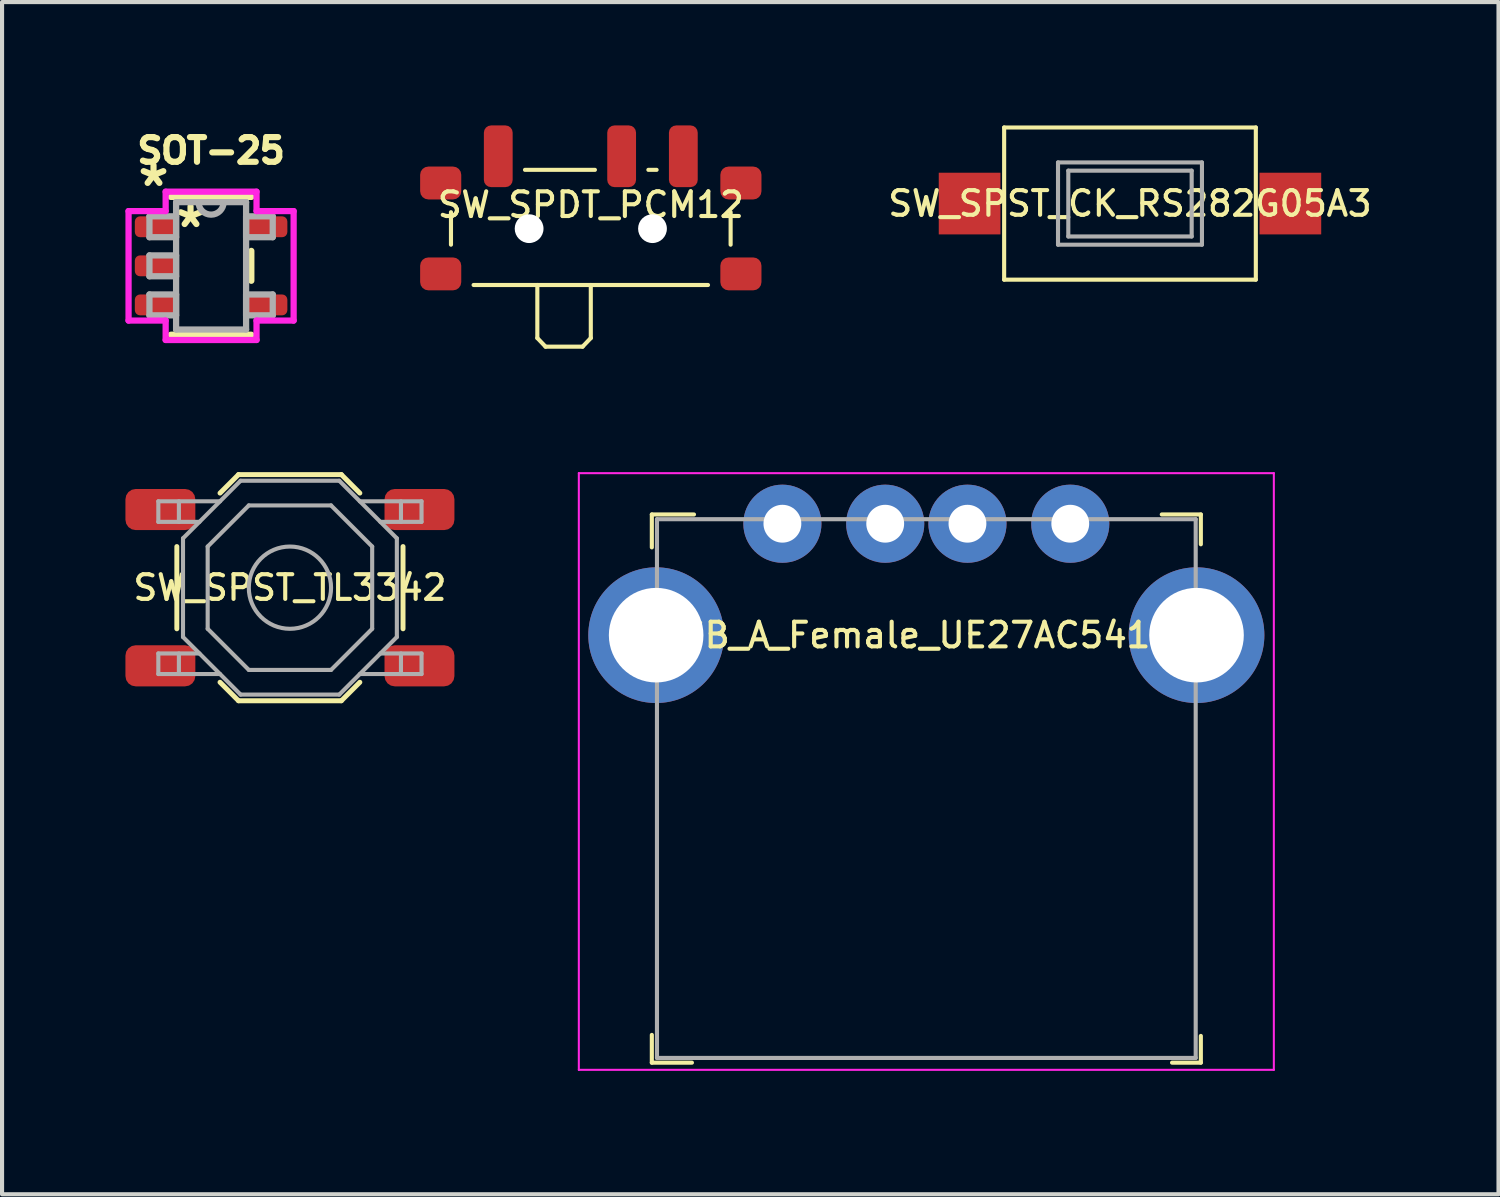
<source format=kicad_pcb>
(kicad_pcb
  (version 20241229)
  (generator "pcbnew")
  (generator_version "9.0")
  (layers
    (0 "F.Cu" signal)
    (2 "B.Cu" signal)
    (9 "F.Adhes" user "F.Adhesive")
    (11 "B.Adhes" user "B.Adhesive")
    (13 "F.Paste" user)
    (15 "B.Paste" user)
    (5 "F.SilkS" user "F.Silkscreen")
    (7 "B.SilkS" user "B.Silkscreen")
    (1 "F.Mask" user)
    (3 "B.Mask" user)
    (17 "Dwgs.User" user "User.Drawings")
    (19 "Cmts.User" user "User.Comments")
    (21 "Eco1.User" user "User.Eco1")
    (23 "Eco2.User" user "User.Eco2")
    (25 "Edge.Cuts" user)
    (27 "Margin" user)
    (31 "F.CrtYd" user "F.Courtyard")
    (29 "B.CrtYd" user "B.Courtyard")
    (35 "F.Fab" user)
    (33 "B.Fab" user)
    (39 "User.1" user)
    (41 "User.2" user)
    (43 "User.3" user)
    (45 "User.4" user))
  (footprint "SW_SPST_TL3342"
    (layer "F.Cu")
    (at 4 11.24)
    (property "Reference" "SW_SPST_TL3342" (at 0 0 0) (layer "F.SilkS") (effects (font (size 0.6 0.6) (thickness 0.1))))
    (attr smd)
    (fp_line (start -2.75 -1) (end -2.75 1) (stroke (width 0.12) (type solid)) (layer "F.SilkS"))
    (fp_line (start -1.7 -2.3) (end -1.25 -2.75) (stroke (width 0.12) (type solid)) (layer "F.SilkS"))
    (fp_line (start -1.7 2.3) (end -1.25 2.75) (stroke (width 0.12) (type solid)) (layer "F.SilkS"))
    (fp_line (start -1.25 -2.75) (end 1.25 -2.75) (stroke (width 0.12) (type solid)) (layer "F.SilkS"))
    (fp_line (start -1.25 2.75) (end 1.25 2.75) (stroke (width 0.12) (type solid)) (layer "F.SilkS"))
    (fp_line (start 1.7 -2.3) (end 1.25 -2.75) (stroke (width 0.12) (type solid)) (layer "F.SilkS"))
    (fp_line (start 1.7 2.3) (end 1.25 2.75) (stroke (width 0.12) (type solid)) (layer "F.SilkS"))
    (fp_line (start 2.75 -1) (end 2.75 1) (stroke (width 0.12) (type solid)) (layer "F.SilkS"))
    (fp_line (start -3.2 -2.1) (end -3.2 -1.6) (stroke (width 0.1) (type solid)) (layer "F.Fab"))
    (fp_line (start -3.2 -1.6) (end -2.2 -1.6) (stroke (width 0.1) (type solid)) (layer "F.Fab"))
    (fp_line (start -3.2 1.6) (end -2.2 1.6) (stroke (width 0.1) (type solid)) (layer "F.Fab"))
    (fp_line (start -3.2 2.1) (end -3.2 1.6) (stroke (width 0.1) (type solid)) (layer "F.Fab"))
    (fp_line (start -2.7 -2.1) (end -2.7 -1.6) (stroke (width 0.1) (type solid)) (layer "F.Fab"))
    (fp_line (start -2.7 2.1) (end -2.7 1.6) (stroke (width 0.1) (type solid)) (layer "F.Fab"))
    (fp_line (start -2.6 -1.2) (end -2.6 1.2) (stroke (width 0.1) (type solid)) (layer "F.Fab"))
    (fp_line (start -2.6 1.2) (end -1.2 2.6) (stroke (width 0.1) (type solid)) (layer "F.Fab"))
    (fp_line (start -2 -1) (end -1 -2) (stroke (width 0.1) (type solid)) (layer "F.Fab"))
    (fp_line (start -2 1) (end -2 -1) (stroke (width 0.1) (type solid)) (layer "F.Fab"))
    (fp_line (start -1.7 -2.1) (end -3.2 -2.1) (stroke (width 0.1) (type solid)) (layer "F.Fab"))
    (fp_line (start -1.7 2.1) (end -3.2 2.1) (stroke (width 0.1) (type solid)) (layer "F.Fab"))
    (fp_line (start -1.2 -2.6) (end -2.6 -1.2) (stroke (width 0.1) (type solid)) (layer "F.Fab"))
    (fp_line (start -1.2 2.6) (end 1.2 2.6) (stroke (width 0.1) (type solid)) (layer "F.Fab"))
    (fp_line (start -1 -2) (end 1 -2) (stroke (width 0.1) (type solid)) (layer "F.Fab"))
    (fp_line (start -1 2) (end -2 1) (stroke (width 0.1) (type solid)) (layer "F.Fab"))
    (fp_line (start 1 -2) (end 2 -1) (stroke (width 0.1) (type solid)) (layer "F.Fab"))
    (fp_line (start 1 2) (end -1 2) (stroke (width 0.1) (type solid)) (layer "F.Fab"))
    (fp_line (start 1.2 -2.6) (end -1.2 -2.6) (stroke (width 0.1) (type solid)) (layer "F.Fab"))
    (fp_line (start 1.2 2.6) (end 2.6 1.2) (stroke (width 0.1) (type solid)) (layer "F.Fab"))
    (fp_line (start 1.7 -2.1) (end 3.2 -2.1) (stroke (width 0.1) (type solid)) (layer "F.Fab"))
    (fp_line (start 1.7 2.1) (end 3.2 2.1) (stroke (width 0.1) (type solid)) (layer "F.Fab"))
    (fp_line (start 2 -1) (end 2 1) (stroke (width 0.1) (type solid)) (layer "F.Fab"))
    (fp_line (start 2 1) (end 1 2) (stroke (width 0.1) (type solid)) (layer "F.Fab"))
    (fp_line (start 2.6 -1.2) (end 1.2 -2.6) (stroke (width 0.1) (type solid)) (layer "F.Fab"))
    (fp_line (start 2.6 1.2) (end 2.6 -1.2) (stroke (width 0.1) (type solid)) (layer "F.Fab"))
    (fp_line (start 2.7 -2.1) (end 2.7 -1.6) (stroke (width 0.1) (type solid)) (layer "F.Fab"))
    (fp_line (start 2.7 2.1) (end 2.7 1.6) (stroke (width 0.1) (type solid)) (layer "F.Fab"))
    (fp_line (start 3.2 -2.1) (end 3.2 -1.6) (stroke (width 0.1) (type solid)) (layer "F.Fab"))
    (fp_line (start 3.2 -1.6) (end 2.2 -1.6) (stroke (width 0.1) (type solid)) (layer "F.Fab"))
    (fp_line (start 3.2 1.6) (end 2.2 1.6) (stroke (width 0.1) (type solid)) (layer "F.Fab"))
    (fp_line (start 3.2 2.1) (end 3.2 1.6) (stroke (width 0.1) (type solid)) (layer "F.Fab"))
    (fp_circle (center 0 0) (end 1 0) (stroke (width 0.1) (type solid)) (fill no) (layer "F.Fab"))
    (pad "1" smd roundrect (at -3.15 -1.9) (size 1.7 1) (layers "F.Cu" "F.Mask" "F.Paste") (roundrect_rratio 0.25))
    (pad "1" smd roundrect (at 3.15 -1.9) (size 1.7 1) (layers "F.Cu" "F.Mask" "F.Paste") (roundrect_rratio 0.25))
    (pad "2" smd roundrect (at -3.15 1.9) (size 1.7 1) (layers "F.Cu" "F.Mask" "F.Paste") (roundrect_rratio 0.25))
    (pad "2" smd roundrect (at 3.15 1.9) (size 1.7 1) (layers "F.Cu" "F.Mask" "F.Paste") (roundrect_rratio 0.25)))
  (footprint "SW_SPST_CK_RS282G05A3"
    (layer "F.Cu")
    (at 24.427 1.9)
    (property "Reference" "SW_SPST_CK_RS282G05A3" (at 0 0 0) (layer "F.SilkS") (effects (font (size 0.6 0.6) (thickness 0.1))))
    (attr smd)
    (fp_line (start -3.06 -1.85) (end 3.06 -1.85) (stroke (width 0.1) (type solid)) (layer "F.SilkS"))
    (fp_line (start -3.06 1.85) (end -3.06 -1.85) (stroke (width 0.1) (type solid)) (layer "F.SilkS"))
    (fp_line (start 3.06 -1.85) (end 3.06 1.85) (stroke (width 0.1) (type solid)) (layer "F.SilkS"))
    (fp_line (start 3.06 1.85) (end -3.06 1.85) (stroke (width 0.1) (type solid)) (layer "F.SilkS"))
    (fp_line (start -1.75 -1) (end 1.75 -1) (stroke (width 0.1) (type solid)) (layer "F.Fab"))
    (fp_line (start -1.75 1) (end -1.75 -1) (stroke (width 0.1) (type solid)) (layer "F.Fab"))
    (fp_line (start -1.5 -0.8) (end -1.5 0.8) (stroke (width 0.1) (type solid)) (layer "F.Fab"))
    (fp_line (start -1.5 -0.8) (end 1.5 -0.8) (stroke (width 0.1) (type solid)) (layer "F.Fab"))
    (fp_line (start -1.5 0.8) (end 1.5 0.8) (stroke (width 0.1) (type solid)) (layer "F.Fab"))
    (fp_line (start 1.5 -0.8) (end 1.5 0.8) (stroke (width 0.1) (type solid)) (layer "F.Fab"))
    (fp_line (start 1.75 -1) (end 1.75 1) (stroke (width 0.1) (type solid)) (layer "F.Fab"))
    (fp_line (start 1.75 1) (end -1.75 1) (stroke (width 0.1) (type solid)) (layer "F.Fab"))
    (pad "1" smd rect (at -3.9 0) (size 1.5 1.5) (layers "F.Cu" "F.Mask" "F.Paste"))
    (pad "2" smd rect (at 3.9 0) (size 1.5 1.5) (layers "F.Cu" "F.Mask" "F.Paste")))
  (footprint "SW_SPDT_PCM12"
    (layer "F.Cu")
    (at 11.316 2.18)
    (property "Reference" "SW_SPDT_PCM12" (at 0 -0.25 0) (layer "F.SilkS") (effects (font (size 0.6 0.6) (thickness 0.1))))
    (attr smd)
    (fp_line (start -3.4 -0.07) (end -3.4 0.72) (stroke (width 0.1) (type solid)) (layer "F.SilkS"))
    (fp_line (start -2.85 1.7) (end 2.85 1.7) (stroke (width 0.1) (type solid)) (layer "F.SilkS"))
    (fp_line (start -1.6 -1.1) (end 0.1 -1.1) (stroke (width 0.1) (type solid)) (layer "F.SilkS"))
    (fp_line (start -1.3 1.7) (end -1.3 2.99) (stroke (width 0.1) (type solid)) (layer "F.SilkS"))
    (fp_line (start -1.3 2.99) (end -1.1 3.2) (stroke (width 0.1) (type solid)) (layer "F.SilkS"))
    (fp_line (start -1.1 3.2) (end -0.2 3.2) (stroke (width 0.1) (type solid)) (layer "F.SilkS"))
    (fp_line (start 0 2.99) (end -0.2 3.2) (stroke (width 0.1) (type solid)) (layer "F.SilkS"))
    (fp_line (start 0 2.99) (end 0 1.7) (stroke (width 0.1) (type solid)) (layer "F.SilkS"))
    (fp_line (start 1.4 -1.1) (end 1.6 -1.1) (stroke (width 0.1) (type solid)) (layer "F.SilkS"))
    (fp_line (start 3.4 0.72) (end 3.4 -0.07) (stroke (width 0.1) (type solid)) (layer "F.SilkS"))
    (pad "" smd roundrect (at -3.65 -0.78) (size 1 0.8) (layers "F.Cu" "F.Mask" "F.Paste") (roundrect_rratio 0.25))
    (pad "" smd roundrect (at -3.65 1.43) (size 1 0.8) (layers "F.Cu" "F.Mask" "F.Paste") (roundrect_rratio 0.25))
    (pad "" np_thru_hole circle (at -1.5 0.33) (size 0.7 0.7) (drill 0.7) (layers "*.Cu" "*.Mask"))
    (pad "" np_thru_hole circle (at 1.5 0.33) (size 0.7 0.7) (drill 0.7) (layers "*.Cu" "*.Mask"))
    (pad "" smd roundrect (at 3.65 -0.78) (size 1 0.8) (layers "F.Cu" "F.Mask" "F.Paste") (roundrect_rratio 0.25))
    (pad "" smd roundrect (at 3.65 1.43) (size 1 0.8) (layers "F.Cu" "F.Mask" "F.Paste") (roundrect_rratio 0.25))
    (pad "1" smd roundrect (at -2.25 -1.43) (size 0.7 1.5) (layers "F.Cu" "F.Mask" "F.Paste") (roundrect_rratio 0.25))
    (pad "2" smd roundrect (at 0.75 -1.43) (size 0.7 1.5) (layers "F.Cu" "F.Mask" "F.Paste") (roundrect_rratio 0.25))
    (pad "3" smd roundrect (at 2.25 -1.43) (size 0.7 1.5) (layers "F.Cu" "F.Mask" "F.Paste") (roundrect_rratio 0.25)))
  (footprint "SOT-25"
    (layer "F.Cu")
    (at 2.083 3.414)
    (property "Reference" "SOT-25" (at 0 -2.8 0) (layer "F.SilkS") (effects (font (size 0.6 0.6) (thickness 0.15))))
    (attr smd)
    (fp_line (start -0.978 1.676) (end 0.978 1.676) (stroke (width 0.152) (type solid)) (layer "F.SilkS"))
    (fp_line (start 0.978 -1.676) (end -0.978 -1.676) (stroke (width 0.152) (type solid)) (layer "F.SilkS"))
    (fp_line (start 0.978 0.363) (end 0.978 -0.363) (stroke (width 0.152) (type solid)) (layer "F.SilkS"))
    (fp_line (start -2.007 -1.331) (end -1.105 -1.331) (stroke (width 0.152) (type solid)) (layer "F.CrtYd"))
    (fp_line (start -2.007 1.331) (end -2.007 -1.331) (stroke (width 0.152) (type solid)) (layer "F.CrtYd"))
    (fp_line (start -1.105 -1.803) (end 1.105 -1.803) (stroke (width 0.152) (type solid)) (layer "F.CrtYd"))
    (fp_line (start -1.105 -1.331) (end -1.105 -1.803) (stroke (width 0.152) (type solid)) (layer "F.CrtYd"))
    (fp_line (start -1.105 1.331) (end -2.007 1.331) (stroke (width 0.152) (type solid)) (layer "F.CrtYd"))
    (fp_line (start -1.105 1.803) (end -1.105 1.331) (stroke (width 0.152) (type solid)) (layer "F.CrtYd"))
    (fp_line (start 1.105 -1.803) (end 1.105 -1.331) (stroke (width 0.152) (type solid)) (layer "F.CrtYd"))
    (fp_line (start 1.105 -1.331) (end 2.007 -1.331) (stroke (width 0.152) (type solid)) (layer "F.CrtYd"))
    (fp_line (start 1.105 1.331) (end 1.105 1.803) (stroke (width 0.152) (type solid)) (layer "F.CrtYd"))
    (fp_line (start 1.105 1.803) (end -1.105 1.803) (stroke (width 0.152) (type solid)) (layer "F.CrtYd"))
    (fp_line (start 2.007 -1.331) (end 2.007 1.331) (stroke (width 0.152) (type solid)) (layer "F.CrtYd"))
    (fp_line (start 2.007 1.331) (end 1.105 1.331) (stroke (width 0.152) (type solid)) (layer "F.CrtYd"))
    (fp_line (start -1.499 -1.204) (end -1.499 -0.696) (stroke (width 0.152) (type solid)) (layer "F.Fab"))
    (fp_line (start -1.499 -0.696) (end -0.851 -0.696) (stroke (width 0.152) (type solid)) (layer "F.Fab"))
    (fp_line (start -1.499 -0.254) (end -1.499 0.254) (stroke (width 0.152) (type solid)) (layer "F.Fab"))
    (fp_line (start -1.499 0.254) (end -0.851 0.254) (stroke (width 0.152) (type solid)) (layer "F.Fab"))
    (fp_line (start -1.499 0.696) (end -1.499 1.204) (stroke (width 0.152) (type solid)) (layer "F.Fab"))
    (fp_line (start -1.499 1.204) (end -0.851 1.204) (stroke (width 0.152) (type solid)) (layer "F.Fab"))
    (fp_line (start -0.851 -1.549) (end -0.851 1.549) (stroke (width 0.152) (type solid)) (layer "F.Fab"))
    (fp_line (start -0.851 -1.204) (end -1.499 -1.204) (stroke (width 0.152) (type solid)) (layer "F.Fab"))
    (fp_line (start -0.851 -0.696) (end -0.851 -1.204) (stroke (width 0.152) (type solid)) (layer "F.Fab"))
    (fp_line (start -0.851 -0.254) (end -1.499 -0.254) (stroke (width 0.152) (type solid)) (layer "F.Fab"))
    (fp_line (start -0.851 0.254) (end -0.851 -0.254) (stroke (width 0.152) (type solid)) (layer "F.Fab"))
    (fp_line (start -0.851 0.696) (end -1.499 0.696) (stroke (width 0.152) (type solid)) (layer "F.Fab"))
    (fp_line (start -0.851 1.204) (end -0.851 0.696) (stroke (width 0.152) (type solid)) (layer "F.Fab"))
    (fp_line (start -0.851 1.549) (end 0.851 1.549) (stroke (width 0.152) (type solid)) (layer "F.Fab"))
    (fp_line (start 0.851 -1.549) (end -0.851 -1.549) (stroke (width 0.152) (type solid)) (layer "F.Fab"))
    (fp_line (start 0.851 -1.204) (end 0.851 -0.696) (stroke (width 0.152) (type solid)) (layer "F.Fab"))
    (fp_line (start 0.851 -0.696) (end 1.499 -0.696) (stroke (width 0.152) (type solid)) (layer "F.Fab"))
    (fp_line (start 0.851 0.696) (end 0.851 1.204) (stroke (width 0.152) (type solid)) (layer "F.Fab"))
    (fp_line (start 0.851 1.204) (end 1.499 1.204) (stroke (width 0.152) (type solid)) (layer "F.Fab"))
    (fp_line (start 0.851 1.549) (end 0.851 -1.549) (stroke (width 0.152) (type solid)) (layer "F.Fab"))
    (fp_line (start 1.499 -1.204) (end 0.851 -1.204) (stroke (width 0.152) (type solid)) (layer "F.Fab"))
    (fp_line (start 1.499 -0.696) (end 1.499 -1.204) (stroke (width 0.152) (type solid)) (layer "F.Fab"))
    (fp_line (start 1.499 0.696) (end 0.851 0.696) (stroke (width 0.152) (type solid)) (layer "F.Fab"))
    (fp_line (start 1.499 1.204) (end 1.499 0.696) (stroke (width 0.152) (type solid)) (layer "F.Fab"))
    (fp_arc (start 0.3048 -1.5494) (mid 0 -1.2446) (end -0.3048 -1.5494) (stroke (width 0.1524) (type solid)) (layer "F.Fab"))
    (fp_text user "*" (at -1.4 -1.9 0) (layer "F.SilkS") (effects (font (size 1 1) (thickness 0.15))))
    (fp_text user "*" (at -0.5 -0.9 0) (layer "F.SilkS") (effects (font (size 1 1) (thickness 0.15))))
    (pad "1" smd roundrect (at -1.353 -0.95) (size 1.003 0.508) (layers "F.Cu" "F.Mask" "F.Paste") (roundrect_rratio 0.25))
    (pad "2" smd roundrect (at -1.353 0) (size 1.003 0.508) (layers "F.Cu" "F.Mask" "F.Paste") (roundrect_rratio 0.25))
    (pad "3" smd roundrect (at -1.353 0.95) (size 1.003 0.508) (layers "F.Cu" "F.Mask" "F.Paste") (roundrect_rratio 0.25))
    (pad "4" smd roundrect (at 1.353 0.95) (size 1.003 0.508) (layers "F.Cu" "F.Mask" "F.Paste") (roundrect_rratio 0.25))
    (pad "5" smd roundrect (at 1.353 -0.95) (size 1.003 0.508) (layers "F.Cu" "F.Mask" "F.Paste") (roundrect_rratio 0.25)))
  (footprint "USB_A_Female_UE27AC54100"
    (layer "F.Cu")
    (at 19.475 12.395)
    (property "Reference" "USB_A_Female_UE27AC54100" (at 0 0 0) (layer "F.SilkS") (effects (font (size 0.6 0.6) (thickness 0.1))))
    (attr through_hole)
    (fp_line (start -6.675 -2.935) (end -6.675 -2.135) (stroke (width 0.1) (type solid)) (layer "F.SilkS"))
    (fp_line (start -6.675 10.395) (end -6.675 9.72) (stroke (width 0.1) (type solid)) (layer "F.SilkS"))
    (fp_line (start -5.7 10.395) (end -6.675 10.395) (stroke (width 0.1) (type solid)) (layer "F.SilkS"))
    (fp_line (start -5.65 -2.935) (end -6.675 -2.935) (stroke (width 0.1) (type solid)) (layer "F.SilkS"))
    (fp_line (start 5.725 -2.935) (end 6.675 -2.935) (stroke (width 0.1) (type solid)) (layer "F.SilkS"))
    (fp_line (start 6.675 -2.935) (end 6.675 -2.21) (stroke (width 0.1) (type solid)) (layer "F.SilkS"))
    (fp_line (start 6.675 9.745) (end 6.675 10.395) (stroke (width 0.1) (type solid)) (layer "F.SilkS"))
    (fp_line (start 6.675 10.395) (end 5.975 10.395) (stroke (width 0.1) (type solid)) (layer "F.SilkS"))
    (fp_line (start -8.45 -3.94) (end -8.45 10.57) (stroke (width 0.05) (type solid)) (layer "F.CrtYd"))
    (fp_line (start -8.45 -3.94) (end 8.45 -3.94) (stroke (width 0.05) (type solid)) (layer "F.CrtYd"))
    (fp_line (start -8.45 10.57) (end 8.45 10.57) (stroke (width 0.05) (type solid)) (layer "F.CrtYd"))
    (fp_line (start 8.45 -3.94) (end 8.45 10.57) (stroke (width 0.05) (type solid)) (layer "F.CrtYd"))
    (fp_line (start -6.55 -2.82) (end -6.55 10.28) (stroke (width 0.1) (type solid)) (layer "F.Fab"))
    (fp_line (start -6.55 -2.82) (end 6.55 -2.82) (stroke (width 0.1) (type solid)) (layer "F.Fab"))
    (fp_line (start -6.55 10.28) (end 6.55 10.28) (stroke (width 0.1) (type solid)) (layer "F.Fab"))
    (fp_line (start 6.55 -2.82) (end 6.55 10.28) (stroke (width 0.1) (type solid)) (layer "F.Fab"))
    (pad "1" thru_hole circle (at -3.5 -2.71) (size 1.9 1.9) (drill 0.92) (layers "*.Cu" "*.Mask"))
    (pad "2" thru_hole circle (at -1 -2.71) (size 1.9 1.9) (drill 0.92) (layers "*.Cu" "*.Mask"))
    (pad "3" thru_hole circle (at 1 -2.71) (size 1.9 1.9) (drill 0.92) (layers "*.Cu" "*.Mask"))
    (pad "4" thru_hole circle (at 3.5 -2.71) (size 1.9 1.9) (drill 0.92) (layers "*.Cu" "*.Mask"))
    (pad "SH" thru_hole circle (at -6.57 0) (size 3.3 3.3) (drill 2.3) (layers "*.Cu" "*.Mask"))
    (pad "SH" thru_hole circle (at 6.57 0) (size 3.3 3.3) (drill 2.3) (layers "*.Cu" "*.Mask")))
  (gr_rect
    (start -3 -3)
    (end 33.388 25.99)
    (stroke (width 0.1) (type default))
    (fill no)
    (layer "Edge.Cuts")))
</source>
